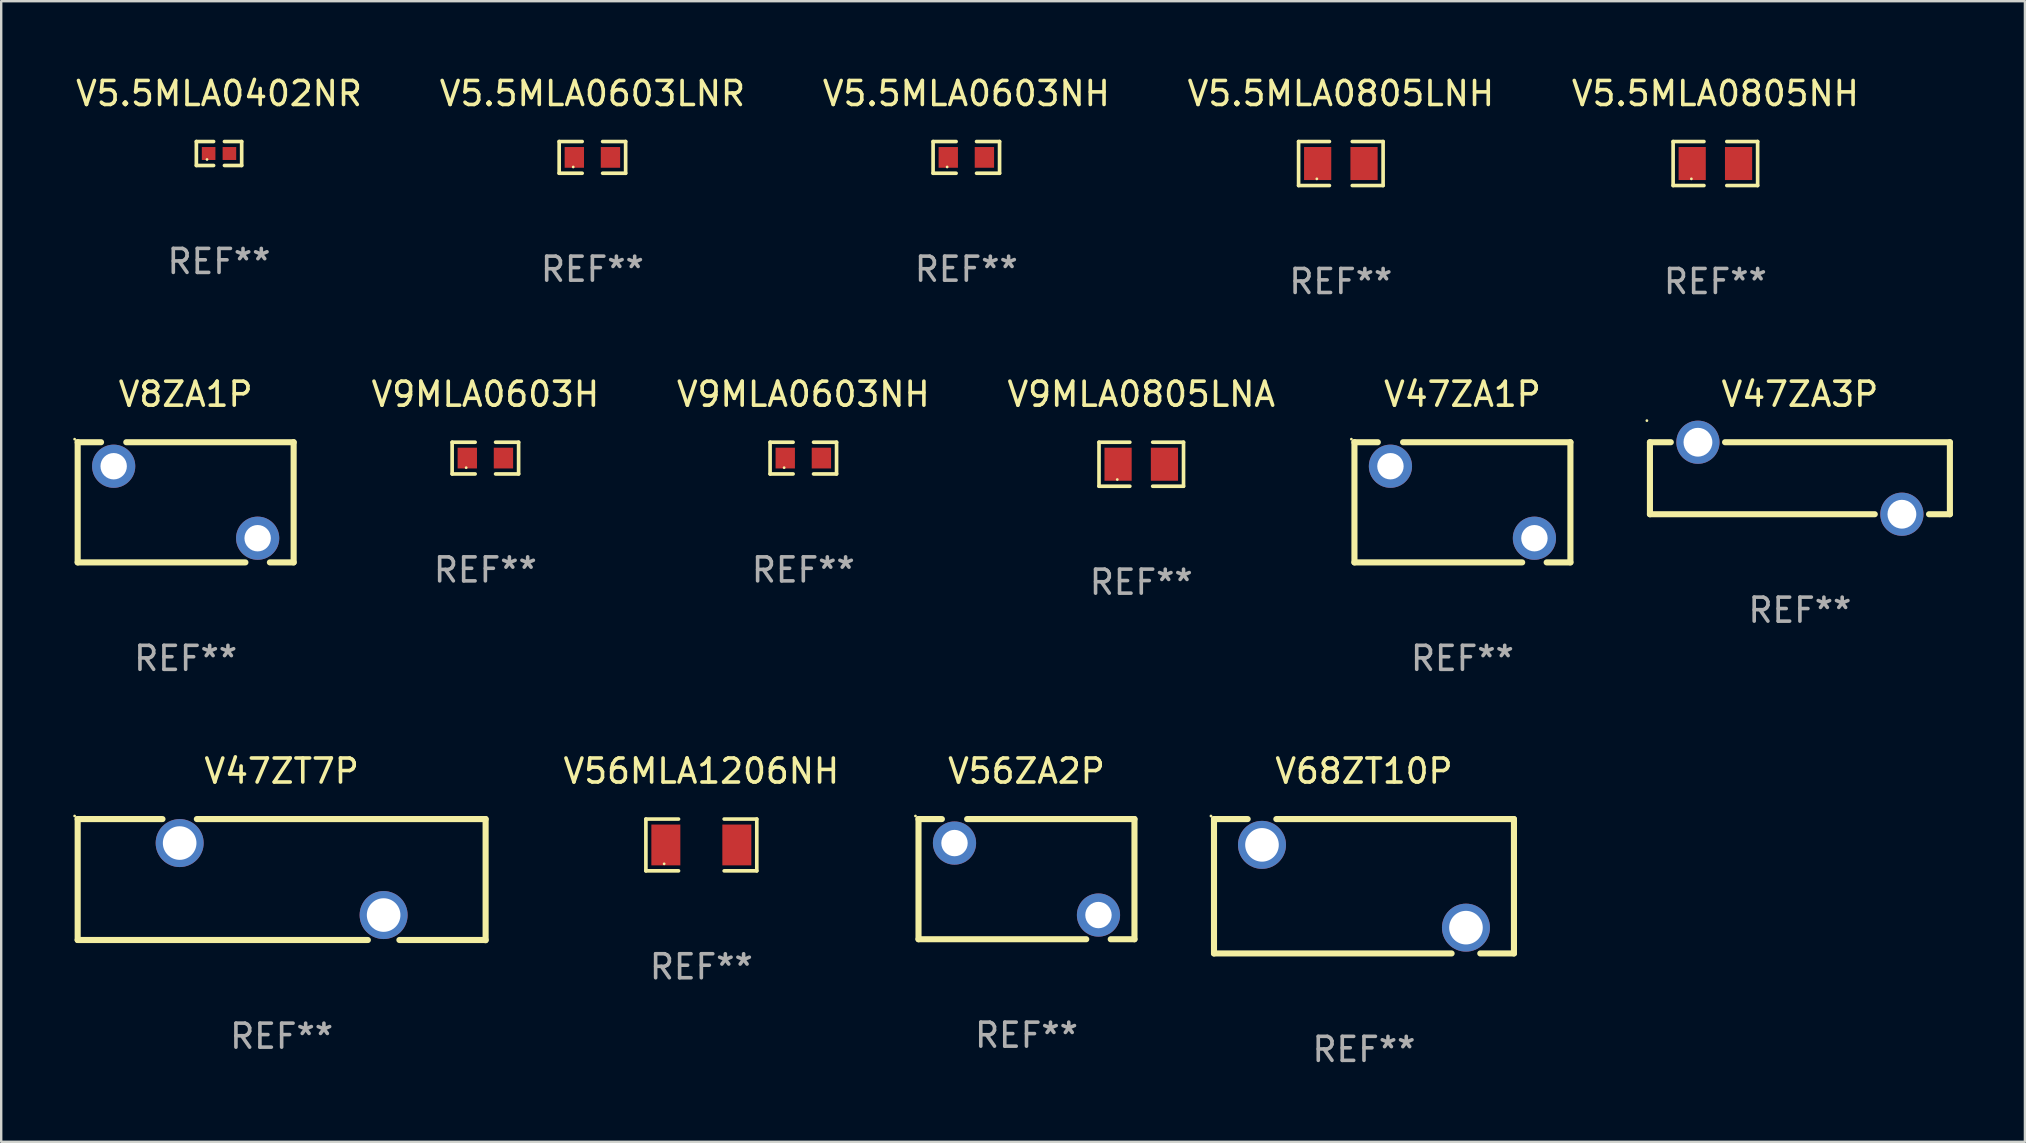
<source format=kicad_pcb>
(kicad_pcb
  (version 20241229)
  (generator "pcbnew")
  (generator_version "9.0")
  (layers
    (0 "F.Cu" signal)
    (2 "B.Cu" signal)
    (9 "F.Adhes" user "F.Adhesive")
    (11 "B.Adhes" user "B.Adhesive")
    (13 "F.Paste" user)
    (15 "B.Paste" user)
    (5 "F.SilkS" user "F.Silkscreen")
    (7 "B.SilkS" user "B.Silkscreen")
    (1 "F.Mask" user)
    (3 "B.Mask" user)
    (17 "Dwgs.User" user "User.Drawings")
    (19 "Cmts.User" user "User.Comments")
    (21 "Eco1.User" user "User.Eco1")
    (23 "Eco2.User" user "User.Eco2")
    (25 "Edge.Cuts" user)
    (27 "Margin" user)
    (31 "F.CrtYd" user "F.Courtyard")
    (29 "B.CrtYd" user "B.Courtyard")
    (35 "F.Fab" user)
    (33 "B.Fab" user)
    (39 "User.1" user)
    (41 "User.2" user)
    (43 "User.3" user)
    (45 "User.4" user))
  (footprint "V9MLA0603H"
    (layer "F.Cu")
    (at 17.177 16.04)
    (property "Reference" "V9MLA0603H" (at 0 -2.661 0) (layer "F.SilkS") (effects (font (size 1 1) (thickness 0.15))))
    (attr through_hole)
    (fp_line (start -1.385 -0.661) (end -0.426 -0.661) (stroke (width 0.152) (type solid)) (layer "F.SilkS"))
    (fp_line (start -1.385 0.661) (end -1.385 -0.661) (stroke (width 0.152) (type solid)) (layer "F.SilkS"))
    (fp_line (start -0.426 0.661) (end -1.385 0.661) (stroke (width 0.152) (type solid)) (layer "F.SilkS"))
    (fp_line (start 0.426 0.661) (end 1.385 0.661) (stroke (width 0.152) (type solid)) (layer "F.SilkS"))
    (fp_line (start 1.385 -0.661) (end 0.426 -0.661) (stroke (width 0.152) (type solid)) (layer "F.SilkS"))
    (fp_line (start 1.385 0.661) (end 1.385 -0.661) (stroke (width 0.152) (type solid)) (layer "F.SilkS"))
    (fp_circle (center -0.8 0.4) (end -0.77 0.4) (stroke (width 0.06) (type solid)) (fill no) (layer "F.SilkS"))
    (fp_text user "REF**" (at 0 4.661 0) (layer "F.Fab") (effects (font (size 1 1) (thickness 0.15))))
    (pad "1" smd rect (at -0.753 0) (size 0.806 0.864) (layers "F.Cu" "F.Mask" "F.Paste"))
    (pad "2" smd rect (at 0.753 0) (size 0.806 0.864) (layers "F.Cu" "F.Mask" "F.Paste")))
  (footprint "V68ZT10P"
    (layer "F.Cu")
    (at 53.791 33.883)
    (property "Reference" "V68ZT10P" (at 0 -4.8 0) (layer "F.SilkS") (effects (font (size 1 1) (thickness 0.15))))
    (attr through_hole)
    (fp_line (start -6.25 -2.8) (end -4.847 -2.8) (stroke (width 0.254) (type solid)) (layer "F.SilkS"))
    (fp_line (start -6.25 2.8) (end -6.25 -2.8) (stroke (width 0.254) (type solid)) (layer "F.SilkS"))
    (fp_line (start -3.652 -2.8) (end 6.25 -2.8) (stroke (width 0.254) (type solid)) (layer "F.SilkS"))
    (fp_line (start 3.652 2.8) (end -6.25 2.8) (stroke (width 0.254) (type solid)) (layer "F.SilkS"))
    (fp_line (start 6.25 -2.8) (end 6.25 2.8) (stroke (width 0.254) (type solid)) (layer "F.SilkS"))
    (fp_line (start 6.25 2.8) (end 4.847 2.8) (stroke (width 0.254) (type solid)) (layer "F.SilkS"))
    (fp_circle (center -6.377 -2.927) (end -6.347 -2.927) (stroke (width 0.06) (type solid)) (fill no) (layer "F.SilkS"))
    (fp_text user "REF**" (at 0 6.8 0) (layer "F.Fab") (effects (font (size 1 1) (thickness 0.15))))
    (pad "1" thru_hole circle (at -4.25 -1.725) (size 2 2) (drill 1.4) (layers "*.Cu" "*.Mask"))
    (pad "2" thru_hole circle (at 4.25 1.725) (size 2 2) (drill 1.4) (layers "*.Cu" "*.Mask")))
  (footprint "V5.5MLA0603LNR"
    (layer "F.Cu")
    (at 21.637 3.509)
    (property "Reference" "V5.5MLA0603LNR" (at 0 -2.661 0) (layer "F.SilkS") (effects (font (size 1 1) (thickness 0.15))))
    (attr through_hole)
    (fp_line (start -1.385 -0.661) (end -0.426 -0.661) (stroke (width 0.152) (type solid)) (layer "F.SilkS"))
    (fp_line (start -1.385 0.661) (end -1.385 -0.661) (stroke (width 0.152) (type solid)) (layer "F.SilkS"))
    (fp_line (start -0.426 0.661) (end -1.385 0.661) (stroke (width 0.152) (type solid)) (layer "F.SilkS"))
    (fp_line (start 0.426 0.661) (end 1.385 0.661) (stroke (width 0.152) (type solid)) (layer "F.SilkS"))
    (fp_line (start 1.385 -0.661) (end 0.426 -0.661) (stroke (width 0.152) (type solid)) (layer "F.SilkS"))
    (fp_line (start 1.385 0.661) (end 1.385 -0.661) (stroke (width 0.152) (type solid)) (layer "F.SilkS"))
    (fp_circle (center -0.8 0.4) (end -0.77 0.4) (stroke (width 0.06) (type solid)) (fill no) (layer "F.SilkS"))
    (fp_text user "REF**" (at 0 4.661 0) (layer "F.Fab") (effects (font (size 1 1) (thickness 0.15))))
    (pad "1" smd rect (at -0.753 0) (size 0.806 0.864) (layers "F.Cu" "F.Mask" "F.Paste"))
    (pad "2" smd rect (at 0.753 0) (size 0.806 0.864) (layers "F.Cu" "F.Mask" "F.Paste")))
  (footprint "V5.5MLA0402NR"
    (layer "F.Cu")
    (at 6.077 3.347)
    (property "Reference" "V5.5MLA0402NR" (at 0 -2.499 0) (layer "F.SilkS") (effects (font (size 1 1) (thickness 0.15))))
    (attr through_hole)
    (fp_line (start -0.944 -0.499) (end -0.226 -0.499) (stroke (width 0.152) (type solid)) (layer "F.SilkS"))
    (fp_line (start -0.944 0.499) (end -0.944 -0.499) (stroke (width 0.152) (type solid)) (layer "F.SilkS"))
    (fp_line (start -0.226 0.499) (end -0.944 0.499) (stroke (width 0.152) (type solid)) (layer "F.SilkS"))
    (fp_line (start 0.226 0.499) (end 0.944 0.499) (stroke (width 0.152) (type solid)) (layer "F.SilkS"))
    (fp_line (start 0.944 -0.499) (end 0.226 -0.499) (stroke (width 0.152) (type solid)) (layer "F.SilkS"))
    (fp_line (start 0.944 0.499) (end 0.944 -0.499) (stroke (width 0.152) (type solid)) (layer "F.SilkS"))
    (fp_circle (center -0.5 0.25) (end -0.47 0.25) (stroke (width 0.06) (type solid)) (fill no) (layer "F.SilkS"))
    (fp_text user "REF**" (at 0 4.499 0) (layer "F.Fab") (effects (font (size 1 1) (thickness 0.15))))
    (pad "1" smd rect (at -0.433 0) (size 0.566 0.54) (layers "F.Cu" "F.Mask" "F.Paste"))
    (pad "2" smd rect (at 0.433 0) (size 0.566 0.54) (layers "F.Cu" "F.Mask" "F.Paste")))
  (footprint "V56ZA2P"
    (layer "F.Cu")
    (at 39.727 33.587)
    (property "Reference" "V56ZA2P" (at 0 -4.504 0) (layer "F.SilkS") (effects (font (size 1 1) (thickness 0.15))))
    (attr through_hole)
    (fp_line (start -4.5 -2.504) (end -4.5 2.504) (stroke (width 0.254) (type solid)) (layer "F.SilkS"))
    (fp_line (start -4.5 -2.504) (end -3.526 -2.504) (stroke (width 0.254) (type solid)) (layer "F.SilkS"))
    (fp_line (start -4.5 2.504) (end 2.49 2.504) (stroke (width 0.254) (type solid)) (layer "F.SilkS"))
    (fp_line (start -2.474 -2.504) (end 4.5 -2.504) (stroke (width 0.254) (type solid)) (layer "F.SilkS"))
    (fp_line (start 3.51 2.504) (end 4.5 2.504) (stroke (width 0.254) (type solid)) (layer "F.SilkS"))
    (fp_line (start 4.5 2.504) (end 4.5 -2.504) (stroke (width 0.254) (type solid)) (layer "F.SilkS"))
    (fp_circle (center -4.627 -2.631) (end -4.597 -2.631) (stroke (width 0.06) (type solid)) (fill no) (layer "F.SilkS"))
    (fp_text user "REF**" (at 0 6.504 0) (layer "F.Fab") (effects (font (size 1 1) (thickness 0.15))))
    (pad "1" thru_hole circle (at -3 -1.504) (size 1.8 1.8) (drill 1.1) (layers "*.Cu" "*.Mask"))
    (pad "2" thru_hole circle (at 3 1.496) (size 1.8 1.8) (drill 1.1) (layers "*.Cu" "*.Mask")))
  (footprint "V56MLA1206NH"
    (layer "F.Cu")
    (at 26.177 32.162)
    (property "Reference" "V56MLA1206NH" (at 0 -3.079 0) (layer "F.SilkS") (effects (font (size 1 1) (thickness 0.15))))
    (attr through_hole)
    (fp_line (start -2.311 -1.079) (end -0.951 -1.079) (stroke (width 0.152) (type solid)) (layer "F.SilkS"))
    (fp_line (start -2.311 1.079) (end -2.311 -1.079) (stroke (width 0.152) (type solid)) (layer "F.SilkS"))
    (fp_line (start -0.951 1.079) (end -2.311 1.079) (stroke (width 0.152) (type solid)) (layer "F.SilkS"))
    (fp_line (start 0.951 1.079) (end 2.311 1.079) (stroke (width 0.152) (type solid)) (layer "F.SilkS"))
    (fp_line (start 2.311 -1.079) (end 0.951 -1.079) (stroke (width 0.152) (type solid)) (layer "F.SilkS"))
    (fp_line (start 2.311 1.079) (end 2.311 -1.079) (stroke (width 0.152) (type solid)) (layer "F.SilkS"))
    (fp_circle (center -1.55 0.787) (end -1.52 0.787) (stroke (width 0.06) (type solid)) (fill no) (layer "F.SilkS"))
    (fp_text user "REF**" (at 0 5.079 0) (layer "F.Fab") (effects (font (size 1 1) (thickness 0.15))))
    (pad "1" smd rect (at -1.479 0) (size 1.208 1.701) (layers "F.Cu" "F.Mask" "F.Paste"))
    (pad "2" smd rect (at 1.479 0) (size 1.208 1.701) (layers "F.Cu" "F.Mask" "F.Paste")))
  (footprint "V5.5MLA0603NH"
    (layer "F.Cu")
    (at 37.22 3.509)
    (property "Reference" "V5.5MLA0603NH" (at 0 -2.661 0) (layer "F.SilkS") (effects (font (size 1 1) (thickness 0.15))))
    (attr through_hole)
    (fp_line (start -1.385 -0.661) (end -0.426 -0.661) (stroke (width 0.152) (type solid)) (layer "F.SilkS"))
    (fp_line (start -1.385 0.661) (end -1.385 -0.661) (stroke (width 0.152) (type solid)) (layer "F.SilkS"))
    (fp_line (start -0.426 0.661) (end -1.385 0.661) (stroke (width 0.152) (type solid)) (layer "F.SilkS"))
    (fp_line (start 0.426 0.661) (end 1.385 0.661) (stroke (width 0.152) (type solid)) (layer "F.SilkS"))
    (fp_line (start 1.385 -0.661) (end 0.426 -0.661) (stroke (width 0.152) (type solid)) (layer "F.SilkS"))
    (fp_line (start 1.385 0.661) (end 1.385 -0.661) (stroke (width 0.152) (type solid)) (layer "F.SilkS"))
    (fp_circle (center -0.8 0.4) (end -0.77 0.4) (stroke (width 0.06) (type solid)) (fill no) (layer "F.SilkS"))
    (fp_text user "REF**" (at 0 4.661 0) (layer "F.Fab") (effects (font (size 1 1) (thickness 0.15))))
    (pad "1" smd rect (at -0.753 0) (size 0.806 0.864) (layers "F.Cu" "F.Mask" "F.Paste"))
    (pad "2" smd rect (at 0.753 0) (size 0.806 0.864) (layers "F.Cu" "F.Mask" "F.Paste")))
  (footprint "V9MLA0805LNA"
    (layer "F.Cu")
    (at 44.51 16.296)
    (property "Reference" "V9MLA0805LNA" (at 0 -2.917 0) (layer "F.SilkS") (effects (font (size 1 1) (thickness 0.15))))
    (attr through_hole)
    (fp_line (start -1.761 -0.917) (end -0.476 -0.917) (stroke (width 0.152) (type solid)) (layer "F.SilkS"))
    (fp_line (start -1.761 0.917) (end -1.761 -0.917) (stroke (width 0.152) (type solid)) (layer "F.SilkS"))
    (fp_line (start -0.476 0.917) (end -1.761 0.917) (stroke (width 0.152) (type solid)) (layer "F.SilkS"))
    (fp_line (start 0.476 0.917) (end 1.761 0.917) (stroke (width 0.152) (type solid)) (layer "F.SilkS"))
    (fp_line (start 1.761 -0.917) (end 0.476 -0.917) (stroke (width 0.152) (type solid)) (layer "F.SilkS"))
    (fp_line (start 1.761 0.917) (end 1.761 -0.917) (stroke (width 0.152) (type solid)) (layer "F.SilkS"))
    (fp_circle (center -1 0.638) (end -0.97 0.638) (stroke (width 0.06) (type solid)) (fill no) (layer "F.SilkS"))
    (fp_text user "REF**" (at 0 4.917 0) (layer "F.Fab") (effects (font (size 1 1) (thickness 0.15))))
    (pad "1" smd rect (at -0.966 0) (size 1.133 1.377) (layers "F.Cu" "F.Mask" "F.Paste"))
    (pad "2" smd rect (at 0.966 0) (size 1.133 1.377) (layers "F.Cu" "F.Mask" "F.Paste")))
  (footprint "V5.5MLA0805LNH"
    (layer "F.Cu")
    (at 52.827 3.765)
    (property "Reference" "V5.5MLA0805LNH" (at 0 -2.917 0) (layer "F.SilkS") (effects (font (size 1 1) (thickness 0.15))))
    (attr through_hole)
    (fp_line (start -1.761 -0.917) (end -0.476 -0.917) (stroke (width 0.152) (type solid)) (layer "F.SilkS"))
    (fp_line (start -1.761 0.917) (end -1.761 -0.917) (stroke (width 0.152) (type solid)) (layer "F.SilkS"))
    (fp_line (start -0.476 0.917) (end -1.761 0.917) (stroke (width 0.152) (type solid)) (layer "F.SilkS"))
    (fp_line (start 0.476 0.917) (end 1.761 0.917) (stroke (width 0.152) (type solid)) (layer "F.SilkS"))
    (fp_line (start 1.761 -0.917) (end 0.476 -0.917) (stroke (width 0.152) (type solid)) (layer "F.SilkS"))
    (fp_line (start 1.761 0.917) (end 1.761 -0.917) (stroke (width 0.152) (type solid)) (layer "F.SilkS"))
    (fp_circle (center -1 0.638) (end -0.97 0.638) (stroke (width 0.06) (type solid)) (fill no) (layer "F.SilkS"))
    (fp_text user "REF**" (at 0 4.917 0) (layer "F.Fab") (effects (font (size 1 1) (thickness 0.15))))
    (pad "1" smd rect (at -0.966 0) (size 1.133 1.377) (layers "F.Cu" "F.Mask" "F.Paste"))
    (pad "2" smd rect (at 0.966 0) (size 1.133 1.377) (layers "F.Cu" "F.Mask" "F.Paste")))
  (footprint "V47ZA1P"
    (layer "F.Cu")
    (at 57.894 17.883)
    (property "Reference" "V47ZA1P" (at 0 -4.504 0) (layer "F.SilkS") (effects (font (size 1 1) (thickness 0.15))))
    (attr through_hole)
    (fp_line (start -4.5 -2.504) (end -4.5 2.504) (stroke (width 0.254) (type solid)) (layer "F.SilkS"))
    (fp_line (start -4.5 -2.504) (end -3.526 -2.504) (stroke (width 0.254) (type solid)) (layer "F.SilkS"))
    (fp_line (start -4.5 2.504) (end 2.49 2.504) (stroke (width 0.254) (type solid)) (layer "F.SilkS"))
    (fp_line (start -2.474 -2.504) (end 4.5 -2.504) (stroke (width 0.254) (type solid)) (layer "F.SilkS"))
    (fp_line (start 3.51 2.504) (end 4.5 2.504) (stroke (width 0.254) (type solid)) (layer "F.SilkS"))
    (fp_line (start 4.5 2.504) (end 4.5 -2.504) (stroke (width 0.254) (type solid)) (layer "F.SilkS"))
    (fp_circle (center -4.627 -2.631) (end -4.597 -2.631) (stroke (width 0.06) (type solid)) (fill no) (layer "F.SilkS"))
    (fp_text user "REF**" (at 0 6.504 0) (layer "F.Fab") (effects (font (size 1 1) (thickness 0.15))))
    (pad "1" thru_hole circle (at -3 -1.504) (size 1.8 1.8) (drill 1.1) (layers "*.Cu" "*.Mask"))
    (pad "2" thru_hole circle (at 3 1.496) (size 1.8 1.8) (drill 1.1) (layers "*.Cu" "*.Mask")))
  (footprint "V47ZT7P"
    (layer "F.Cu")
    (at 8.687 33.608)
    (property "Reference" "V47ZT7P" (at 0 -4.525 0) (layer "F.SilkS") (effects (font (size 1 1) (thickness 0.15))))
    (attr through_hole)
    (fp_line (start -8.5 -2.525) (end -8.5 2.515) (stroke (width 0.254) (type solid)) (layer "F.SilkS"))
    (fp_line (start -8.5 -2.525) (end -4.966 -2.525) (stroke (width 0.254) (type solid)) (layer "F.SilkS"))
    (fp_line (start -8.5 2.515) (end 3.593 2.515) (stroke (width 0.254) (type solid)) (layer "F.SilkS"))
    (fp_line (start -3.534 -2.525) (end 8.5 -2.525) (stroke (width 0.254) (type solid)) (layer "F.SilkS"))
    (fp_line (start 4.907 2.515) (end 8.5 2.515) (stroke (width 0.254) (type solid)) (layer "F.SilkS"))
    (fp_line (start 8.5 -2.525) (end 8.5 2.525) (stroke (width 0.254) (type solid)) (layer "F.SilkS"))
    (fp_circle (center -8.627 -2.652) (end -8.597 -2.652) (stroke (width 0.06) (type solid)) (fill no) (layer "F.SilkS"))
    (fp_text user "REF**" (at 0 6.525 0) (layer "F.Fab") (effects (font (size 1 1) (thickness 0.15))))
    (pad "1" thru_hole circle (at -4.25 -1.525) (size 2 2) (drill 1.4) (layers "*.Cu" "*.Mask"))
    (pad "2" thru_hole circle (at 4.25 1.475) (size 2 2) (drill 1.4) (layers "*.Cu" "*.Mask")))
  (footprint "V5.5MLA0805NH"
    (layer "F.Cu")
    (at 68.435 3.765)
    (property "Reference" "V5.5MLA0805NH" (at 0 -2.917 0) (layer "F.SilkS") (effects (font (size 1 1) (thickness 0.15))))
    (attr through_hole)
    (fp_line (start -1.761 -0.917) (end -0.476 -0.917) (stroke (width 0.152) (type solid)) (layer "F.SilkS"))
    (fp_line (start -1.761 0.917) (end -1.761 -0.917) (stroke (width 0.152) (type solid)) (layer "F.SilkS"))
    (fp_line (start -0.476 0.917) (end -1.761 0.917) (stroke (width 0.152) (type solid)) (layer "F.SilkS"))
    (fp_line (start 0.476 0.917) (end 1.761 0.917) (stroke (width 0.152) (type solid)) (layer "F.SilkS"))
    (fp_line (start 1.761 -0.917) (end 0.476 -0.917) (stroke (width 0.152) (type solid)) (layer "F.SilkS"))
    (fp_line (start 1.761 0.917) (end 1.761 -0.917) (stroke (width 0.152) (type solid)) (layer "F.SilkS"))
    (fp_circle (center -1 0.638) (end -0.97 0.638) (stroke (width 0.06) (type solid)) (fill no) (layer "F.SilkS"))
    (fp_text user "REF**" (at 0 4.917 0) (layer "F.Fab") (effects (font (size 1 1) (thickness 0.15))))
    (pad "1" smd rect (at -0.966 0) (size 1.133 1.377) (layers "F.Cu" "F.Mask" "F.Paste"))
    (pad "2" smd rect (at 0.966 0) (size 1.133 1.377) (layers "F.Cu" "F.Mask" "F.Paste")))
  (footprint "V47ZA3P"
    (layer "F.Cu")
    (at 71.958 16.879)
    (property "Reference" "V47ZA3P" (at 0 -3.5 0) (layer "F.SilkS") (effects (font (size 1 1) (thickness 0.15))))
    (attr through_hole)
    (fp_line (start -6.25 -1.5) (end -5.381 -1.5) (stroke (width 0.254) (type solid)) (layer "F.SilkS"))
    (fp_line (start -6.25 1.5) (end -6.25 -1.5) (stroke (width 0.254) (type solid)) (layer "F.SilkS"))
    (fp_line (start -3.119 -1.5) (end 6.25 -1.5) (stroke (width 0.254) (type solid)) (layer "F.SilkS"))
    (fp_line (start 3.119 1.5) (end -6.25 1.5) (stroke (width 0.254) (type solid)) (layer "F.SilkS"))
    (fp_line (start 6.25 -1.5) (end 6.25 1.5) (stroke (width 0.254) (type solid)) (layer "F.SilkS"))
    (fp_line (start 6.25 1.5) (end 5.381 1.5) (stroke (width 0.254) (type solid)) (layer "F.SilkS"))
    (fp_circle (center -6.377 -2.4) (end -6.347 -2.4) (stroke (width 0.06) (type solid)) (fill no) (layer "F.SilkS"))
    (fp_text user "REF**" (at 0 5.5 0) (layer "F.Fab") (effects (font (size 1 1) (thickness 0.15))))
    (pad "1" thru_hole circle (at -4.25 -1.5) (size 1.8 1.8) (drill 1.2) (layers "*.Cu" "*.Mask"))
    (pad "2" thru_hole circle (at 4.25 1.5) (size 1.8 1.8) (drill 1.2) (layers "*.Cu" "*.Mask")))
  (footprint "V9MLA0603NH"
    (layer "F.Cu")
    (at 30.427 16.04)
    (property "Reference" "V9MLA0603NH" (at 0 -2.661 0) (layer "F.SilkS") (effects (font (size 1 1) (thickness 0.15))))
    (attr through_hole)
    (fp_line (start -1.385 -0.661) (end -0.426 -0.661) (stroke (width 0.152) (type solid)) (layer "F.SilkS"))
    (fp_line (start -1.385 0.661) (end -1.385 -0.661) (stroke (width 0.152) (type solid)) (layer "F.SilkS"))
    (fp_line (start -0.426 0.661) (end -1.385 0.661) (stroke (width 0.152) (type solid)) (layer "F.SilkS"))
    (fp_line (start 0.426 0.661) (end 1.385 0.661) (stroke (width 0.152) (type solid)) (layer "F.SilkS"))
    (fp_line (start 1.385 -0.661) (end 0.426 -0.661) (stroke (width 0.152) (type solid)) (layer "F.SilkS"))
    (fp_line (start 1.385 0.661) (end 1.385 -0.661) (stroke (width 0.152) (type solid)) (layer "F.SilkS"))
    (fp_circle (center -0.8 0.4) (end -0.77 0.4) (stroke (width 0.06) (type solid)) (fill no) (layer "F.SilkS"))
    (fp_text user "REF**" (at 0 4.661 0) (layer "F.Fab") (effects (font (size 1 1) (thickness 0.15))))
    (pad "1" smd rect (at -0.753 0) (size 0.806 0.864) (layers "F.Cu" "F.Mask" "F.Paste"))
    (pad "2" smd rect (at 0.753 0) (size 0.806 0.864) (layers "F.Cu" "F.Mask" "F.Paste")))
  (footprint "V8ZA1P"
    (layer "F.Cu")
    (at 4.687 17.883)
    (property "Reference" "V8ZA1P" (at 0 -4.504 0) (layer "F.SilkS") (effects (font (size 1 1) (thickness 0.15))))
    (attr through_hole)
    (fp_line (start -4.5 -2.504) (end -4.5 2.504) (stroke (width 0.254) (type solid)) (layer "F.SilkS"))
    (fp_line (start -4.5 -2.504) (end -3.526 -2.504) (stroke (width 0.254) (type solid)) (layer "F.SilkS"))
    (fp_line (start -4.5 2.504) (end 2.49 2.504) (stroke (width 0.254) (type solid)) (layer "F.SilkS"))
    (fp_line (start -2.474 -2.504) (end 4.5 -2.504) (stroke (width 0.254) (type solid)) (layer "F.SilkS"))
    (fp_line (start 3.51 2.504) (end 4.5 2.504) (stroke (width 0.254) (type solid)) (layer "F.SilkS"))
    (fp_line (start 4.5 2.504) (end 4.5 -2.504) (stroke (width 0.254) (type solid)) (layer "F.SilkS"))
    (fp_circle (center -4.627 -2.631) (end -4.597 -2.631) (stroke (width 0.06) (type solid)) (fill no) (layer "F.SilkS"))
    (fp_text user "REF**" (at 0 6.504 0) (layer "F.Fab") (effects (font (size 1 1) (thickness 0.15))))
    (pad "1" thru_hole circle (at -3 -1.504) (size 1.8 1.8) (drill 1.1) (layers "*.Cu" "*.Mask"))
    (pad "2" thru_hole circle (at 3 1.496) (size 1.8 1.8) (drill 1.1) (layers "*.Cu" "*.Mask")))
  (gr_rect
    (start -3 -3)
    (end 81.335 44.531)
    (stroke (width 0.1) (type default))
    (fill no)
    (layer "Edge.Cuts")))
</source>
